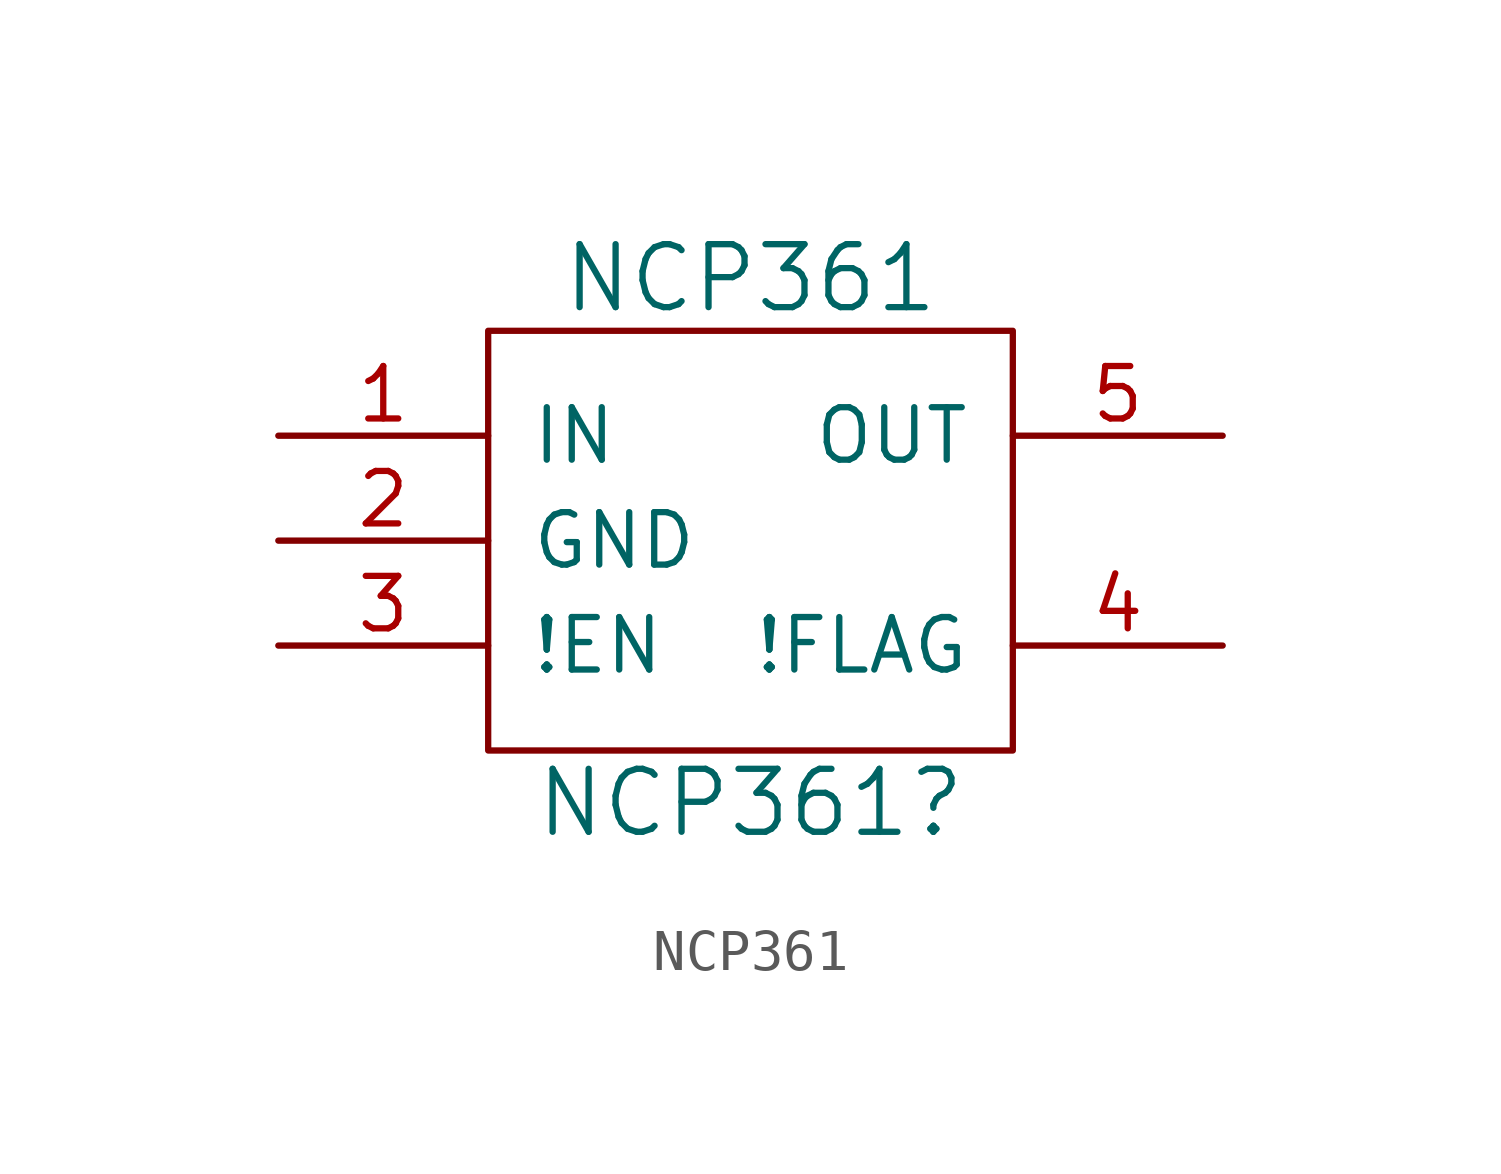
<source format=kicad_sym>
(kicad_symbol_lib
  (version 20220914)
  (generator kicad_symbol_editor)
  (symbol "NCP361"
    (pin_names
      (offset 1.016))
    (property "Reference" "NCP361"
      (at 0 -6.35 0)
      (effects (font (size 1.524 1.524))))
    (property "Value" "NCP361"
      (at 0 6.35 0)
      (effects (font (size 1.524 1.524))))
    (property "Footprint" ""
      (at -10.16 0 0)
      (effects (font (size 1.524 1.524))))
    (property "Datasheet" ""
      (at -10.16 0 0)
      (effects (font (size 1.524 1.524))))
    (symbol "NCP361_0_1"
      (rectangle (start -6.35 -5.08) (end 6.35 5.08) (stroke (width 0) (type solid)) (fill (type none))))
    (symbol "NCP361_1_1"
      (pin input line (at -11.43 2.54 0) (length 5.08) (name "IN" (effects (font (size 1.27 1.27)))) (number "1" (effects (font (size 1.27 1.27)))))
      (pin input line (at -11.43 0 0) (length 5.08) (name "GND" (effects (font (size 1.27 1.27)))) (number "2" (effects (font (size 1.27 1.27)))))
      (pin input line (at -11.43 -2.54 0) (length 5.08) (name "!EN" (effects (font (size 1.27 1.27)))) (number "3" (effects (font (size 1.27 1.27)))))
      (pin input line (at 11.43 -2.54 180) (length 5.08) (name "!FLAG" (effects (font (size 1.27 1.27)))) (number "4" (effects (font (size 1.27 1.27)))))
      (pin power_out line (at 11.43 2.54 180) (length 5.08) (name "OUT" (effects (font (size 1.27 1.27)))) (number "5" (effects (font (size 1.27 1.27))))))))
</source>
